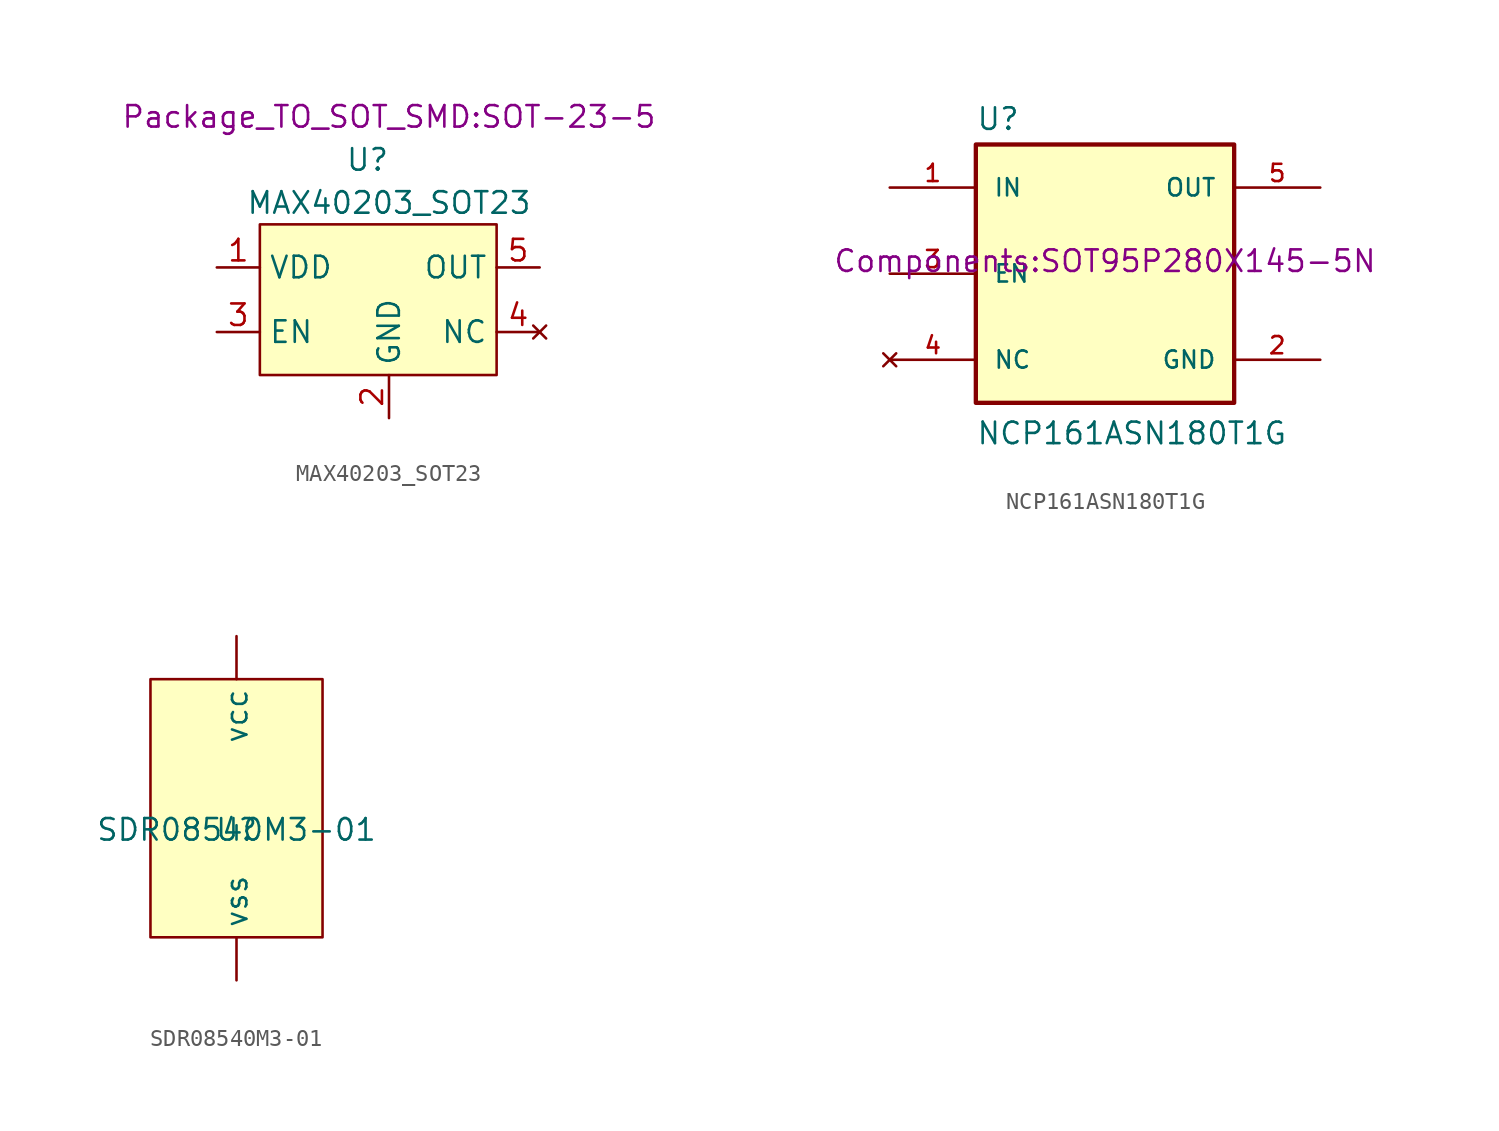
<source format=kicad_sym>
(kicad_symbol_lib
  (version 20211014)
  (generator kicad_symbol_editor)
  (symbol "MAX40203_SOT23"
    (property "Reference" "U"
      (at 0 7.62 0)
      (effects (font (size 1.27 1.27))))
    (property "Value" "MAX40203_SOT23"
      (at 1.27 5.08 0)
      (effects (font (size 1.27 1.27))))
    (property "Footprint" "Package_TO_SOT_SMD:SOT-23-5"
      (at 1.27 10.16 0)
      (effects (font (size 1.27 1.27))))
    (symbol "MAX40203_SOT23_0_1"
      (rectangle (start -6.35 3.81) (end 7.62 -5.08) (stroke (width 0) (type default) (color 0 0 0 0)) (fill (type background))))
    (symbol "MAX40203_SOT23_1_1"
      (pin power_in line (at -8.89 1.27 0) (length 2.54) (name "VDD" (effects (font (size 1.27 1.27)))) (number "1" (effects (font (size 1.27 1.27)))))
      (pin power_in line (at 1.27 -7.62 90) (length 2.54) (name "GND" (effects (font (size 1.27 1.27)))) (number "2" (effects (font (size 1.27 1.27)))))
      (pin input line (at -8.89 -2.54 0) (length 2.54) (name "EN" (effects (font (size 1.27 1.27)))) (number "3" (effects (font (size 1.27 1.27)))))
      (pin no_connect line (at 10.16 -2.54 180) (length 2.54) (name "NC" (effects (font (size 1.27 1.27)))) (number "4" (effects (font (size 1.27 1.27)))))
      (pin power_out line (at 10.16 1.27 180) (length 2.54) (name "OUT" (effects (font (size 1.27 1.27)))) (number "5" (effects (font (size 1.27 1.27)))))))
  (symbol "NCP161ASN180T1G"
    (pin_names
      (offset 1.016))
    (property "Reference" "U"
      (at -7.62 8.382 0)
      (effects (font (size 1.27 1.27)) (justify left bottom)))
    (property "Value" "NCP161ASN180T1G"
      (at -7.62 -10.16 0)
      (effects (font (size 1.27 1.27)) (justify left bottom)))
    (property "Footprint" "Components:SOT95P280X145-5N"
      (at 0 0 0)
      (effects (font (size 1.27 1.27)) (justify bottom)))
    (symbol "NCP161ASN180T1G_0_0"
      (rectangle (start -7.62 -7.62) (end 7.62 7.62) (stroke (width 0.254) (type default) (color 0 0 0 0)) (fill (type background)))
      (pin input line (at -12.7 5.08 0) (length 5.08) (name "IN" (effects (font (size 1.016 1.016)))) (number "1" (effects (font (size 1.016 1.016)))))
      (pin power_in line (at 12.7 -5.08 180) (length 5.08) (name "GND" (effects (font (size 1.016 1.016)))) (number "2" (effects (font (size 1.016 1.016)))))
      (pin input line (at -12.7 0 0) (length 5.08) (name "EN" (effects (font (size 1.016 1.016)))) (number "3" (effects (font (size 1.016 1.016)))))
      (pin no_connect line (at -12.7 -5.08 0) (length 5.08) (name "NC" (effects (font (size 1.016 1.016)))) (number "4" (effects (font (size 1.016 1.016)))))
      (pin output line (at 12.7 5.08 180) (length 5.08) (name "OUT" (effects (font (size 1.016 1.016)))) (number "5" (effects (font (size 1.016 1.016)))))))
  (symbol "SDR08540M3-01"
    (property "Reference" "U"
      (at 0 0 0)
      (effects (font (size 1.27 1.27))))
    (property "Value" "SDR08540M3-01"
      (at 0 0 0)
      (effects (font (size 1.27 1.27))))
    (symbol "SDR08540M3-01_0_1"
      (rectangle (start -5.08 8.89) (end 5.08 -6.35) (stroke (width 0) (type default) (color 0 0 0 0)) (fill (type background))))
    (symbol "SDR08540M3-01_1_1"
      (pin power_in line (at 0 11.43 270) (length 2.54) (name "vcc" (effects (font (size 1.27 1.27)))) (number "" (effects (font (size 1.27 1.27)))))
      (pin power_in line (at 0 -8.89 90) (length 2.54) (name "vss" (effects (font (size 1.27 1.27)))) (number "" (effects (font (size 1.27 1.27))))))))
</source>
